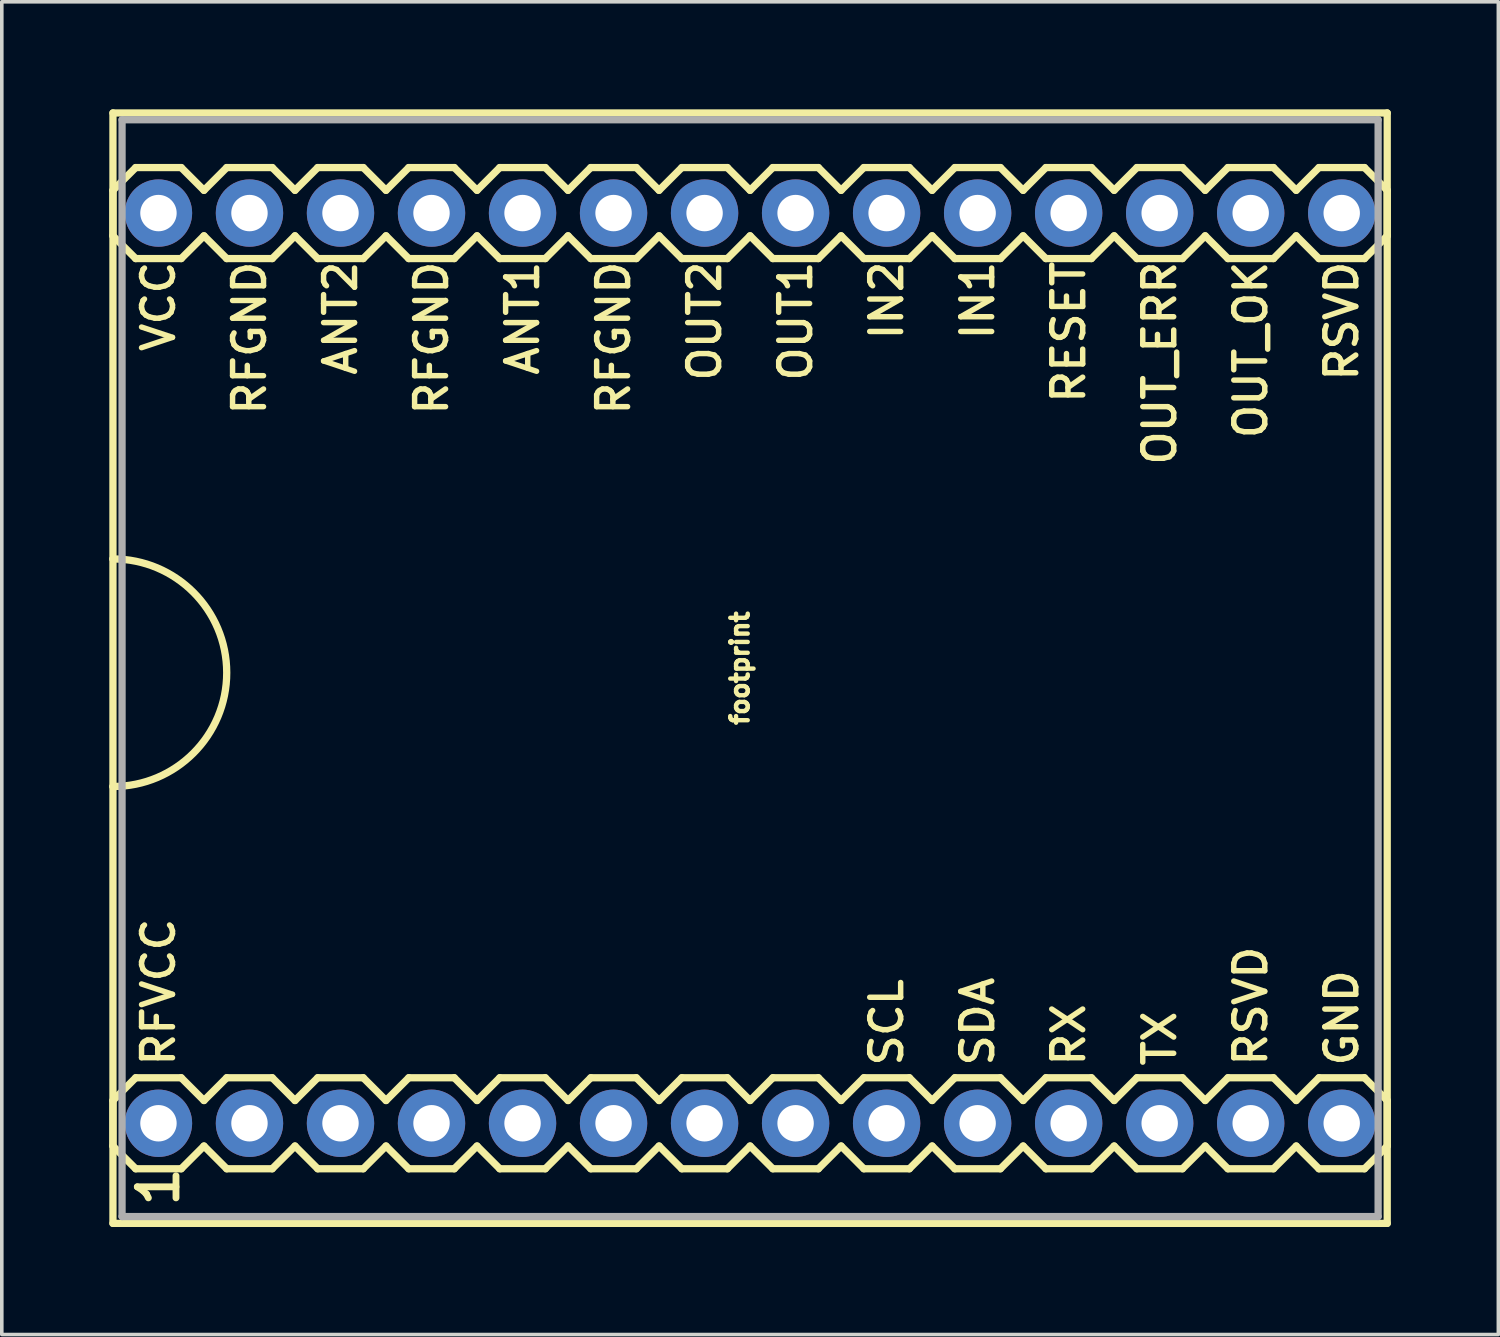
<source format=kicad_pcb>
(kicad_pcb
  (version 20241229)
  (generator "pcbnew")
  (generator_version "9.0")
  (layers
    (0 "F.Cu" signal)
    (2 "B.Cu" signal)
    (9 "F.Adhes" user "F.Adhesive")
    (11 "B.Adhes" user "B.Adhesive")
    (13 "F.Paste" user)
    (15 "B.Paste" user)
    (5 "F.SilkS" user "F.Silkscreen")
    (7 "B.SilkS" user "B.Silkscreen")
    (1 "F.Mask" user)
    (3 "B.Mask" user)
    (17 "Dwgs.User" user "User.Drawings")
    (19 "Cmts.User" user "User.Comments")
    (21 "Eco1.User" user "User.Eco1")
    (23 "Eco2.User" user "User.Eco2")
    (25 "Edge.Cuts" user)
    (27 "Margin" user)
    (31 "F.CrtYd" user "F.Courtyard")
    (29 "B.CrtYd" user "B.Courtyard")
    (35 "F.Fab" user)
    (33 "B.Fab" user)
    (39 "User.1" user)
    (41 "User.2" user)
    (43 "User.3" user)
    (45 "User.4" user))
  (footprint "footprint"
    (layer "F.Cu")
    (at 19.152 15.596)
    (property "Reference" "footprint" (at -1.27 0 90) (layer "F.SilkS") (effects (font (size 0.488 0.488) (thickness 0.122)) (justify bottom)))
    (fp_line (start -19.05 -15.494) (end 16.51 -15.494) (stroke (width 0.203) (type solid)) (layer "F.SilkS"))
    (fp_line (start -19.05 -13.335) (end -18.415 -13.97) (stroke (width 0.203) (type solid)) (layer "F.SilkS"))
    (fp_line (start -19.05 -12.065) (end -19.05 -13.335) (stroke (width 0.203) (type solid)) (layer "F.SilkS"))
    (fp_line (start -19.05 -3.048) (end -19.05 -15.494) (stroke (width 0.203) (type solid)) (layer "F.SilkS"))
    (fp_line (start -19.05 3.302) (end -19.05 -3.048) (stroke (width 0.203) (type solid)) (layer "F.SilkS"))
    (fp_line (start -19.05 12.065) (end -19.05 13.335) (stroke (width 0.203) (type solid)) (layer "F.SilkS"))
    (fp_line (start -19.05 13.335) (end -18.415 13.97) (stroke (width 0.203) (type solid)) (layer "F.SilkS"))
    (fp_line (start -19.05 15.494) (end -19.05 3.302) (stroke (width 0.203) (type solid)) (layer "F.SilkS"))
    (fp_line (start -18.415 -13.97) (end -17.145 -13.97) (stroke (width 0.203) (type solid)) (layer "F.SilkS"))
    (fp_line (start -18.415 -11.43) (end -19.05 -12.065) (stroke (width 0.203) (type solid)) (layer "F.SilkS"))
    (fp_line (start -18.415 11.43) (end -19.05 12.065) (stroke (width 0.203) (type solid)) (layer "F.SilkS"))
    (fp_line (start -18.415 11.43) (end -17.145 11.43) (stroke (width 0.203) (type solid)) (layer "F.SilkS"))
    (fp_line (start -17.145 -11.43) (end -18.415 -11.43) (stroke (width 0.203) (type solid)) (layer "F.SilkS"))
    (fp_line (start -17.145 -11.43) (end -16.51 -12.065) (stroke (width 0.203) (type solid)) (layer "F.SilkS"))
    (fp_line (start -17.145 11.43) (end -16.51 12.065) (stroke (width 0.203) (type solid)) (layer "F.SilkS"))
    (fp_line (start -17.145 13.97) (end -18.415 13.97) (stroke (width 0.203) (type solid)) (layer "F.SilkS"))
    (fp_line (start -16.51 -13.335) (end -17.145 -13.97) (stroke (width 0.203) (type solid)) (layer "F.SilkS"))
    (fp_line (start -16.51 -13.335) (end -15.875 -13.97) (stroke (width 0.203) (type solid)) (layer "F.SilkS"))
    (fp_line (start -16.51 12.065) (end -15.875 11.43) (stroke (width 0.203) (type solid)) (layer "F.SilkS"))
    (fp_line (start -16.51 13.335) (end -17.145 13.97) (stroke (width 0.203) (type solid)) (layer "F.SilkS"))
    (fp_line (start -15.875 -13.97) (end -14.605 -13.97) (stroke (width 0.203) (type solid)) (layer "F.SilkS"))
    (fp_line (start -15.875 -11.43) (end -16.51 -12.065) (stroke (width 0.203) (type solid)) (layer "F.SilkS"))
    (fp_line (start -15.875 11.43) (end -14.605 11.43) (stroke (width 0.203) (type solid)) (layer "F.SilkS"))
    (fp_line (start -15.875 13.97) (end -16.51 13.335) (stroke (width 0.203) (type solid)) (layer "F.SilkS"))
    (fp_line (start -14.605 -11.43) (end -15.875 -11.43) (stroke (width 0.203) (type solid)) (layer "F.SilkS"))
    (fp_line (start -14.605 -11.43) (end -13.97 -12.065) (stroke (width 0.203) (type solid)) (layer "F.SilkS"))
    (fp_line (start -14.605 11.43) (end -13.97 12.065) (stroke (width 0.203) (type solid)) (layer "F.SilkS"))
    (fp_line (start -14.605 13.97) (end -15.875 13.97) (stroke (width 0.203) (type solid)) (layer "F.SilkS"))
    (fp_line (start -13.97 -13.335) (end -14.605 -13.97) (stroke (width 0.203) (type solid)) (layer "F.SilkS"))
    (fp_line (start -13.97 -13.335) (end -13.335 -13.97) (stroke (width 0.203) (type solid)) (layer "F.SilkS"))
    (fp_line (start -13.97 12.065) (end -13.335 11.43) (stroke (width 0.203) (type solid)) (layer "F.SilkS"))
    (fp_line (start -13.97 13.335) (end -14.605 13.97) (stroke (width 0.203) (type solid)) (layer "F.SilkS"))
    (fp_line (start -13.335 -13.97) (end -12.065 -13.97) (stroke (width 0.203) (type solid)) (layer "F.SilkS"))
    (fp_line (start -13.335 -11.43) (end -13.97 -12.065) (stroke (width 0.203) (type solid)) (layer "F.SilkS"))
    (fp_line (start -13.335 11.43) (end -12.065 11.43) (stroke (width 0.203) (type solid)) (layer "F.SilkS"))
    (fp_line (start -13.335 13.97) (end -13.97 13.335) (stroke (width 0.203) (type solid)) (layer "F.SilkS"))
    (fp_line (start -12.065 -13.97) (end -11.43 -13.335) (stroke (width 0.203) (type solid)) (layer "F.SilkS"))
    (fp_line (start -12.065 -11.43) (end -13.335 -11.43) (stroke (width 0.203) (type solid)) (layer "F.SilkS"))
    (fp_line (start -12.065 11.43) (end -11.43 12.065) (stroke (width 0.203) (type solid)) (layer "F.SilkS"))
    (fp_line (start -12.065 13.97) (end -13.335 13.97) (stroke (width 0.203) (type solid)) (layer "F.SilkS"))
    (fp_line (start -11.43 -13.335) (end -10.795 -13.97) (stroke (width 0.203) (type solid)) (layer "F.SilkS"))
    (fp_line (start -11.43 -12.065) (end -12.065 -11.43) (stroke (width 0.203) (type solid)) (layer "F.SilkS"))
    (fp_line (start -11.43 13.335) (end -12.065 13.97) (stroke (width 0.203) (type solid)) (layer "F.SilkS"))
    (fp_line (start -11.43 13.335) (end -10.795 13.97) (stroke (width 0.203) (type solid)) (layer "F.SilkS"))
    (fp_line (start -10.795 -13.97) (end -9.525 -13.97) (stroke (width 0.203) (type solid)) (layer "F.SilkS"))
    (fp_line (start -10.795 -11.43) (end -11.43 -12.065) (stroke (width 0.203) (type solid)) (layer "F.SilkS"))
    (fp_line (start -10.795 11.43) (end -11.43 12.065) (stroke (width 0.203) (type solid)) (layer "F.SilkS"))
    (fp_line (start -10.795 11.43) (end -9.525 11.43) (stroke (width 0.203) (type solid)) (layer "F.SilkS"))
    (fp_line (start -9.525 -13.97) (end -8.89 -13.335) (stroke (width 0.203) (type solid)) (layer "F.SilkS"))
    (fp_line (start -9.525 -11.43) (end -10.795 -11.43) (stroke (width 0.203) (type solid)) (layer "F.SilkS"))
    (fp_line (start -9.525 11.43) (end -8.89 12.065) (stroke (width 0.203) (type solid)) (layer "F.SilkS"))
    (fp_line (start -9.525 13.97) (end -10.795 13.97) (stroke (width 0.203) (type solid)) (layer "F.SilkS"))
    (fp_line (start -8.89 -13.335) (end -8.255 -13.97) (stroke (width 0.203) (type solid)) (layer "F.SilkS"))
    (fp_line (start -8.89 -12.065) (end -9.525 -11.43) (stroke (width 0.203) (type solid)) (layer "F.SilkS"))
    (fp_line (start -8.89 12.065) (end -8.255 11.43) (stroke (width 0.203) (type solid)) (layer "F.SilkS"))
    (fp_line (start -8.89 13.335) (end -9.525 13.97) (stroke (width 0.203) (type solid)) (layer "F.SilkS"))
    (fp_line (start -8.255 -13.97) (end -6.985 -13.97) (stroke (width 0.203) (type solid)) (layer "F.SilkS"))
    (fp_line (start -8.255 -11.43) (end -8.89 -12.065) (stroke (width 0.203) (type solid)) (layer "F.SilkS"))
    (fp_line (start -8.255 11.43) (end -6.985 11.43) (stroke (width 0.203) (type solid)) (layer "F.SilkS"))
    (fp_line (start -8.255 13.97) (end -8.89 13.335) (stroke (width 0.203) (type solid)) (layer "F.SilkS"))
    (fp_line (start -6.985 -11.43) (end -8.255 -11.43) (stroke (width 0.203) (type solid)) (layer "F.SilkS"))
    (fp_line (start -6.985 -11.43) (end -6.35 -12.065) (stroke (width 0.203) (type solid)) (layer "F.SilkS"))
    (fp_line (start -6.985 11.43) (end -6.35 12.065) (stroke (width 0.203) (type solid)) (layer "F.SilkS"))
    (fp_line (start -6.985 13.97) (end -8.255 13.97) (stroke (width 0.203) (type solid)) (layer "F.SilkS"))
    (fp_line (start -6.35 -13.335) (end -6.985 -13.97) (stroke (width 0.203) (type solid)) (layer "F.SilkS"))
    (fp_line (start -6.35 -13.335) (end -5.715 -13.97) (stroke (width 0.203) (type solid)) (layer "F.SilkS"))
    (fp_line (start -6.35 12.065) (end -5.715 11.43) (stroke (width 0.203) (type solid)) (layer "F.SilkS"))
    (fp_line (start -6.35 13.335) (end -6.985 13.97) (stroke (width 0.203) (type solid)) (layer "F.SilkS"))
    (fp_line (start -5.715 -13.97) (end -4.445 -13.97) (stroke (width 0.203) (type solid)) (layer "F.SilkS"))
    (fp_line (start -5.715 -11.43) (end -6.35 -12.065) (stroke (width 0.203) (type solid)) (layer "F.SilkS"))
    (fp_line (start -5.715 11.43) (end -4.445 11.43) (stroke (width 0.203) (type solid)) (layer "F.SilkS"))
    (fp_line (start -5.715 13.97) (end -6.35 13.335) (stroke (width 0.203) (type solid)) (layer "F.SilkS"))
    (fp_line (start -4.445 -13.97) (end -3.81 -13.335) (stroke (width 0.203) (type solid)) (layer "F.SilkS"))
    (fp_line (start -4.445 -11.43) (end -5.715 -11.43) (stroke (width 0.203) (type solid)) (layer "F.SilkS"))
    (fp_line (start -4.445 11.43) (end -3.81 12.065) (stroke (width 0.203) (type solid)) (layer "F.SilkS"))
    (fp_line (start -4.445 13.97) (end -5.715 13.97) (stroke (width 0.203) (type solid)) (layer "F.SilkS"))
    (fp_line (start -3.81 -13.335) (end -3.175 -13.97) (stroke (width 0.203) (type solid)) (layer "F.SilkS"))
    (fp_line (start -3.81 -12.065) (end -4.445 -11.43) (stroke (width 0.203) (type solid)) (layer "F.SilkS"))
    (fp_line (start -3.81 13.335) (end -4.445 13.97) (stroke (width 0.203) (type solid)) (layer "F.SilkS"))
    (fp_line (start -3.81 13.335) (end -3.175 13.97) (stroke (width 0.203) (type solid)) (layer "F.SilkS"))
    (fp_line (start -3.175 -13.97) (end -1.905 -13.97) (stroke (width 0.203) (type solid)) (layer "F.SilkS"))
    (fp_line (start -3.175 -11.43) (end -3.81 -12.065) (stroke (width 0.203) (type solid)) (layer "F.SilkS"))
    (fp_line (start -3.175 11.43) (end -3.81 12.065) (stroke (width 0.203) (type solid)) (layer "F.SilkS"))
    (fp_line (start -3.175 11.43) (end -1.905 11.43) (stroke (width 0.203) (type solid)) (layer "F.SilkS"))
    (fp_line (start -1.905 -13.97) (end -1.27 -13.335) (stroke (width 0.203) (type solid)) (layer "F.SilkS"))
    (fp_line (start -1.905 -11.43) (end -3.175 -11.43) (stroke (width 0.203) (type solid)) (layer "F.SilkS"))
    (fp_line (start -1.905 11.43) (end -1.27 12.065) (stroke (width 0.203) (type solid)) (layer "F.SilkS"))
    (fp_line (start -1.905 13.97) (end -3.175 13.97) (stroke (width 0.203) (type solid)) (layer "F.SilkS"))
    (fp_line (start -1.27 -13.335) (end -0.635 -13.97) (stroke (width 0.203) (type solid)) (layer "F.SilkS"))
    (fp_line (start -1.27 -12.065) (end -1.905 -11.43) (stroke (width 0.203) (type solid)) (layer "F.SilkS"))
    (fp_line (start -1.27 13.335) (end -1.905 13.97) (stroke (width 0.203) (type solid)) (layer "F.SilkS"))
    (fp_line (start -1.27 13.335) (end -0.635 13.97) (stroke (width 0.203) (type solid)) (layer "F.SilkS"))
    (fp_line (start -0.635 -13.97) (end 0.635 -13.97) (stroke (width 0.203) (type solid)) (layer "F.SilkS"))
    (fp_line (start -0.635 -11.43) (end -1.27 -12.065) (stroke (width 0.203) (type solid)) (layer "F.SilkS"))
    (fp_line (start -0.635 11.43) (end -1.27 12.065) (stroke (width 0.203) (type solid)) (layer "F.SilkS"))
    (fp_line (start -0.635 11.43) (end 0.635 11.43) (stroke (width 0.203) (type solid)) (layer "F.SilkS"))
    (fp_line (start 0.635 -11.43) (end -0.635 -11.43) (stroke (width 0.203) (type solid)) (layer "F.SilkS"))
    (fp_line (start 0.635 -11.43) (end 1.27 -12.065) (stroke (width 0.203) (type solid)) (layer "F.SilkS"))
    (fp_line (start 0.635 11.43) (end 1.27 12.065) (stroke (width 0.203) (type solid)) (layer "F.SilkS"))
    (fp_line (start 0.635 13.97) (end -0.635 13.97) (stroke (width 0.203) (type solid)) (layer "F.SilkS"))
    (fp_line (start 1.27 -13.335) (end 0.635 -13.97) (stroke (width 0.203) (type solid)) (layer "F.SilkS"))
    (fp_line (start 1.27 -13.335) (end 1.905 -13.97) (stroke (width 0.203) (type solid)) (layer "F.SilkS"))
    (fp_line (start 1.27 12.065) (end 1.905 11.43) (stroke (width 0.203) (type solid)) (layer "F.SilkS"))
    (fp_line (start 1.27 13.335) (end 0.635 13.97) (stroke (width 0.203) (type solid)) (layer "F.SilkS"))
    (fp_line (start 1.905 -13.97) (end 3.175 -13.97) (stroke (width 0.203) (type solid)) (layer "F.SilkS"))
    (fp_line (start 1.905 -11.43) (end 1.27 -12.065) (stroke (width 0.203) (type solid)) (layer "F.SilkS"))
    (fp_line (start 1.905 11.43) (end 3.175 11.43) (stroke (width 0.203) (type solid)) (layer "F.SilkS"))
    (fp_line (start 1.905 13.97) (end 1.27 13.335) (stroke (width 0.203) (type solid)) (layer "F.SilkS"))
    (fp_line (start 3.175 -11.43) (end 1.905 -11.43) (stroke (width 0.203) (type solid)) (layer "F.SilkS"))
    (fp_line (start 3.175 -11.43) (end 3.81 -12.065) (stroke (width 0.203) (type solid)) (layer "F.SilkS"))
    (fp_line (start 3.175 11.43) (end 3.81 12.065) (stroke (width 0.203) (type solid)) (layer "F.SilkS"))
    (fp_line (start 3.175 13.97) (end 1.905 13.97) (stroke (width 0.203) (type solid)) (layer "F.SilkS"))
    (fp_line (start 3.81 -13.335) (end 3.175 -13.97) (stroke (width 0.203) (type solid)) (layer "F.SilkS"))
    (fp_line (start 3.81 -13.335) (end 4.445 -13.97) (stroke (width 0.203) (type solid)) (layer "F.SilkS"))
    (fp_line (start 3.81 12.065) (end 4.445 11.43) (stroke (width 0.203) (type solid)) (layer "F.SilkS"))
    (fp_line (start 3.81 13.335) (end 3.175 13.97) (stroke (width 0.203) (type solid)) (layer "F.SilkS"))
    (fp_line (start 4.445 -13.97) (end 5.715 -13.97) (stroke (width 0.203) (type solid)) (layer "F.SilkS"))
    (fp_line (start 4.445 -11.43) (end 3.81 -12.065) (stroke (width 0.203) (type solid)) (layer "F.SilkS"))
    (fp_line (start 4.445 11.43) (end 5.715 11.43) (stroke (width 0.203) (type solid)) (layer "F.SilkS"))
    (fp_line (start 4.445 13.97) (end 3.81 13.335) (stroke (width 0.203) (type solid)) (layer "F.SilkS"))
    (fp_line (start 5.715 -13.97) (end 6.35 -13.335) (stroke (width 0.203) (type solid)) (layer "F.SilkS"))
    (fp_line (start 5.715 -11.43) (end 4.445 -11.43) (stroke (width 0.203) (type solid)) (layer "F.SilkS"))
    (fp_line (start 5.715 11.43) (end 6.35 12.065) (stroke (width 0.203) (type solid)) (layer "F.SilkS"))
    (fp_line (start 5.715 13.97) (end 4.445 13.97) (stroke (width 0.203) (type solid)) (layer "F.SilkS"))
    (fp_line (start 6.35 -13.335) (end 6.985 -13.97) (stroke (width 0.203) (type solid)) (layer "F.SilkS"))
    (fp_line (start 6.35 -12.065) (end 5.715 -11.43) (stroke (width 0.203) (type solid)) (layer "F.SilkS"))
    (fp_line (start 6.35 13.335) (end 5.715 13.97) (stroke (width 0.203) (type solid)) (layer "F.SilkS"))
    (fp_line (start 6.35 13.335) (end 6.985 13.97) (stroke (width 0.203) (type solid)) (layer "F.SilkS"))
    (fp_line (start 6.985 -13.97) (end 8.255 -13.97) (stroke (width 0.203) (type solid)) (layer "F.SilkS"))
    (fp_line (start 6.985 -11.43) (end 6.35 -12.065) (stroke (width 0.203) (type solid)) (layer "F.SilkS"))
    (fp_line (start 6.985 11.43) (end 6.35 12.065) (stroke (width 0.203) (type solid)) (layer "F.SilkS"))
    (fp_line (start 6.985 11.43) (end 8.255 11.43) (stroke (width 0.203) (type solid)) (layer "F.SilkS"))
    (fp_line (start 8.255 -13.97) (end 8.89 -13.335) (stroke (width 0.203) (type solid)) (layer "F.SilkS"))
    (fp_line (start 8.255 -11.43) (end 6.985 -11.43) (stroke (width 0.203) (type solid)) (layer "F.SilkS"))
    (fp_line (start 8.255 11.43) (end 8.89 12.065) (stroke (width 0.203) (type solid)) (layer "F.SilkS"))
    (fp_line (start 8.255 13.97) (end 6.985 13.97) (stroke (width 0.203) (type solid)) (layer "F.SilkS"))
    (fp_line (start 8.89 -13.335) (end 9.525 -13.97) (stroke (width 0.203) (type solid)) (layer "F.SilkS"))
    (fp_line (start 8.89 -12.065) (end 8.255 -11.43) (stroke (width 0.203) (type solid)) (layer "F.SilkS"))
    (fp_line (start 8.89 12.065) (end 9.525 11.43) (stroke (width 0.203) (type solid)) (layer "F.SilkS"))
    (fp_line (start 8.89 13.335) (end 8.255 13.97) (stroke (width 0.203) (type solid)) (layer "F.SilkS"))
    (fp_line (start 9.525 -13.97) (end 10.795 -13.97) (stroke (width 0.203) (type solid)) (layer "F.SilkS"))
    (fp_line (start 9.525 -11.43) (end 8.89 -12.065) (stroke (width 0.203) (type solid)) (layer "F.SilkS"))
    (fp_line (start 9.525 11.43) (end 10.795 11.43) (stroke (width 0.203) (type solid)) (layer "F.SilkS"))
    (fp_line (start 9.525 13.97) (end 8.89 13.335) (stroke (width 0.203) (type solid)) (layer "F.SilkS"))
    (fp_line (start 10.795 -11.43) (end 9.525 -11.43) (stroke (width 0.203) (type solid)) (layer "F.SilkS"))
    (fp_line (start 10.795 -11.43) (end 11.43 -12.065) (stroke (width 0.203) (type solid)) (layer "F.SilkS"))
    (fp_line (start 10.795 11.43) (end 11.43 12.065) (stroke (width 0.203) (type solid)) (layer "F.SilkS"))
    (fp_line (start 10.795 13.97) (end 9.525 13.97) (stroke (width 0.203) (type solid)) (layer "F.SilkS"))
    (fp_line (start 11.43 -13.335) (end 10.795 -13.97) (stroke (width 0.203) (type solid)) (layer "F.SilkS"))
    (fp_line (start 11.43 -13.335) (end 12.065 -13.97) (stroke (width 0.203) (type solid)) (layer "F.SilkS"))
    (fp_line (start 11.43 12.065) (end 12.065 11.43) (stroke (width 0.203) (type solid)) (layer "F.SilkS"))
    (fp_line (start 11.43 13.335) (end 10.795 13.97) (stroke (width 0.203) (type solid)) (layer "F.SilkS"))
    (fp_line (start 12.065 -13.97) (end 13.335 -13.97) (stroke (width 0.203) (type solid)) (layer "F.SilkS"))
    (fp_line (start 12.065 -11.43) (end 11.43 -12.065) (stroke (width 0.203) (type solid)) (layer "F.SilkS"))
    (fp_line (start 12.065 11.43) (end 13.335 11.43) (stroke (width 0.203) (type solid)) (layer "F.SilkS"))
    (fp_line (start 12.065 13.97) (end 11.43 13.335) (stroke (width 0.203) (type solid)) (layer "F.SilkS"))
    (fp_line (start 13.335 -13.97) (end 13.97 -13.335) (stroke (width 0.203) (type solid)) (layer "F.SilkS"))
    (fp_line (start 13.335 -11.43) (end 12.065 -11.43) (stroke (width 0.203) (type solid)) (layer "F.SilkS"))
    (fp_line (start 13.335 11.43) (end 13.97 12.065) (stroke (width 0.203) (type solid)) (layer "F.SilkS"))
    (fp_line (start 13.335 13.97) (end 12.065 13.97) (stroke (width 0.203) (type solid)) (layer "F.SilkS"))
    (fp_line (start 13.97 -13.335) (end 14.605 -13.97) (stroke (width 0.203) (type solid)) (layer "F.SilkS"))
    (fp_line (start 13.97 -12.065) (end 13.335 -11.43) (stroke (width 0.203) (type solid)) (layer "F.SilkS"))
    (fp_line (start 13.97 13.335) (end 13.335 13.97) (stroke (width 0.203) (type solid)) (layer "F.SilkS"))
    (fp_line (start 13.97 13.335) (end 14.605 13.97) (stroke (width 0.203) (type solid)) (layer "F.SilkS"))
    (fp_line (start 14.605 -13.97) (end 15.875 -13.97) (stroke (width 0.203) (type solid)) (layer "F.SilkS"))
    (fp_line (start 14.605 -11.43) (end 13.97 -12.065) (stroke (width 0.203) (type solid)) (layer "F.SilkS"))
    (fp_line (start 14.605 11.43) (end 13.97 12.065) (stroke (width 0.203) (type solid)) (layer "F.SilkS"))
    (fp_line (start 14.605 11.43) (end 15.875 11.43) (stroke (width 0.203) (type solid)) (layer "F.SilkS"))
    (fp_line (start 15.875 -13.97) (end 16.51 -13.335) (stroke (width 0.203) (type solid)) (layer "F.SilkS"))
    (fp_line (start 15.875 -11.43) (end 14.605 -11.43) (stroke (width 0.203) (type solid)) (layer "F.SilkS"))
    (fp_line (start 15.875 11.43) (end 16.51 12.065) (stroke (width 0.203) (type solid)) (layer "F.SilkS"))
    (fp_line (start 15.875 13.97) (end 14.605 13.97) (stroke (width 0.203) (type solid)) (layer "F.SilkS"))
    (fp_line (start 16.51 -15.494) (end 16.51 15.494) (stroke (width 0.203) (type solid)) (layer "F.SilkS"))
    (fp_line (start 16.51 -12.065) (end 15.875 -11.43) (stroke (width 0.203) (type solid)) (layer "F.SilkS"))
    (fp_line (start 16.51 -12.065) (end 16.51 -13.335) (stroke (width 0.203) (type solid)) (layer "F.SilkS"))
    (fp_line (start 16.51 13.335) (end 15.875 13.97) (stroke (width 0.203) (type solid)) (layer "F.SilkS"))
    (fp_line (start 16.51 13.335) (end 16.51 12.065) (stroke (width 0.203) (type solid)) (layer "F.SilkS"))
    (fp_line (start 16.51 15.494) (end -19.05 15.494) (stroke (width 0.203) (type solid)) (layer "F.SilkS"))
    (fp_arc (start -19.05 -3.048) (mid -15.875 0.127) (end -19.05 3.302) (stroke (width 0.2032) (type solid)) (layer "F.SilkS"))
    (fp_line (start -18.796 -15.303) (end -18.796 15.303) (stroke (width 0.203) (type solid)) (layer "F.Fab"))
    (fp_line (start -18.796 15.303) (end 16.256 15.303) (stroke (width 0.203) (type solid)) (layer "F.Fab"))
    (fp_line (start 16.256 -15.303) (end -18.796 -15.303) (stroke (width 0.203) (type solid)) (layer "F.Fab"))
    (fp_line (start 16.256 15.303) (end 16.256 -15.303) (stroke (width 0.203) (type solid)) (layer "F.Fab"))
    (fp_poly (pts (xy -18.034 12.954) (xy -17.526 12.954) (xy -17.526 12.446) (xy -18.034 12.446)) (stroke (width 0.1) (type solid)) (fill no) (layer "F.Fab"))
    (fp_poly (pts (xy -17.526 -12.954) (xy -18.034 -12.954) (xy -18.034 -12.446) (xy -17.526 -12.446)) (stroke (width 0.1) (type solid)) (fill no) (layer "F.Fab"))
    (fp_poly (pts (xy -15.494 12.954) (xy -14.986 12.954) (xy -14.986 12.446) (xy -15.494 12.446)) (stroke (width 0.1) (type solid)) (fill no) (layer "F.Fab"))
    (fp_poly (pts (xy -14.986 -12.954) (xy -15.494 -12.954) (xy -15.494 -12.446) (xy -14.986 -12.446)) (stroke (width 0.1) (type solid)) (fill no) (layer "F.Fab"))
    (fp_poly (pts (xy -12.954 12.954) (xy -12.446 12.954) (xy -12.446 12.446) (xy -12.954 12.446)) (stroke (width 0.1) (type solid)) (fill no) (layer "F.Fab"))
    (fp_poly (pts (xy -12.446 -12.954) (xy -12.954 -12.954) (xy -12.954 -12.446) (xy -12.446 -12.446)) (stroke (width 0.1) (type solid)) (fill no) (layer "F.Fab"))
    (fp_poly (pts (xy -10.414 12.954) (xy -9.906 12.954) (xy -9.906 12.446) (xy -10.414 12.446)) (stroke (width 0.1) (type solid)) (fill no) (layer "F.Fab"))
    (fp_poly (pts (xy -9.906 -12.954) (xy -10.414 -12.954) (xy -10.414 -12.446) (xy -9.906 -12.446)) (stroke (width 0.1) (type solid)) (fill no) (layer "F.Fab"))
    (fp_poly (pts (xy -7.874 12.954) (xy -7.366 12.954) (xy -7.366 12.446) (xy -7.874 12.446)) (stroke (width 0.1) (type solid)) (fill no) (layer "F.Fab"))
    (fp_poly (pts (xy -7.366 -12.954) (xy -7.874 -12.954) (xy -7.874 -12.446) (xy -7.366 -12.446)) (stroke (width 0.1) (type solid)) (fill no) (layer "F.Fab"))
    (fp_poly (pts (xy -5.334 12.954) (xy -4.826 12.954) (xy -4.826 12.446) (xy -5.334 12.446)) (stroke (width 0.1) (type solid)) (fill no) (layer "F.Fab"))
    (fp_poly (pts (xy -4.826 -12.954) (xy -5.334 -12.954) (xy -5.334 -12.446) (xy -4.826 -12.446)) (stroke (width 0.1) (type solid)) (fill no) (layer "F.Fab"))
    (fp_poly (pts (xy -2.794 12.954) (xy -2.286 12.954) (xy -2.286 12.446) (xy -2.794 12.446)) (stroke (width 0.1) (type solid)) (fill no) (layer "F.Fab"))
    (fp_poly (pts (xy -2.286 -12.954) (xy -2.794 -12.954) (xy -2.794 -12.446) (xy -2.286 -12.446)) (stroke (width 0.1) (type solid)) (fill no) (layer "F.Fab"))
    (fp_poly (pts (xy -0.254 12.954) (xy 0.254 12.954) (xy 0.254 12.446) (xy -0.254 12.446)) (stroke (width 0.1) (type solid)) (fill no) (layer "F.Fab"))
    (fp_poly (pts (xy 0.254 -12.954) (xy -0.254 -12.954) (xy -0.254 -12.446) (xy 0.254 -12.446)) (stroke (width 0.1) (type solid)) (fill no) (layer "F.Fab"))
    (fp_poly (pts (xy 2.286 12.954) (xy 2.794 12.954) (xy 2.794 12.446) (xy 2.286 12.446)) (stroke (width 0.1) (type solid)) (fill no) (layer "F.Fab"))
    (fp_poly (pts (xy 2.794 -12.954) (xy 2.286 -12.954) (xy 2.286 -12.446) (xy 2.794 -12.446)) (stroke (width 0.1) (type solid)) (fill no) (layer "F.Fab"))
    (fp_poly (pts (xy 4.826 12.954) (xy 5.334 12.954) (xy 5.334 12.446) (xy 4.826 12.446)) (stroke (width 0.1) (type solid)) (fill no) (layer "F.Fab"))
    (fp_poly (pts (xy 5.334 -12.954) (xy 4.826 -12.954) (xy 4.826 -12.446) (xy 5.334 -12.446)) (stroke (width 0.1) (type solid)) (fill no) (layer "F.Fab"))
    (fp_poly (pts (xy 7.366 12.954) (xy 7.874 12.954) (xy 7.874 12.446) (xy 7.366 12.446)) (stroke (width 0.1) (type solid)) (fill no) (layer "F.Fab"))
    (fp_poly (pts (xy 7.874 -12.954) (xy 7.366 -12.954) (xy 7.366 -12.446) (xy 7.874 -12.446)) (stroke (width 0.1) (type solid)) (fill no) (layer "F.Fab"))
    (fp_poly (pts (xy 9.906 12.954) (xy 10.414 12.954) (xy 10.414 12.446) (xy 9.906 12.446)) (stroke (width 0.1) (type solid)) (fill no) (layer "F.Fab"))
    (fp_poly (pts (xy 10.414 -12.954) (xy 9.906 -12.954) (xy 9.906 -12.446) (xy 10.414 -12.446)) (stroke (width 0.1) (type solid)) (fill no) (layer "F.Fab"))
    (fp_poly (pts (xy 12.446 12.954) (xy 12.954 12.954) (xy 12.954 12.446) (xy 12.446 12.446)) (stroke (width 0.1) (type solid)) (fill no) (layer "F.Fab"))
    (fp_poly (pts (xy 12.954 -12.954) (xy 12.446 -12.954) (xy 12.446 -12.446) (xy 12.954 -12.446)) (stroke (width 0.1) (type solid)) (fill no) (layer "F.Fab"))
    (fp_poly (pts (xy 14.986 -12.446) (xy 15.494 -12.446) (xy 15.494 -12.954) (xy 14.986 -12.954)) (stroke (width 0.1) (type solid)) (fill no) (layer "F.Fab"))
    (fp_poly (pts (xy 14.986 12.954) (xy 15.494 12.954) (xy 15.494 12.446) (xy 14.986 12.446)) (stroke (width 0.1) (type solid)) (fill no) (layer "F.Fab"))
    (fp_text user "VCC" (at -17.78 -11.43 90) (layer "F.SilkS") (effects (font (size 0.864 0.864) (thickness 0.152)) (justify right)))
    (fp_text user "RFGND" (at -5.08 -11.43 90) (layer "F.SilkS") (effects (font (size 0.864 0.864) (thickness 0.152)) (justify right)))
    (fp_text user "SDA" (at 5.08 11.176 90) (layer "F.SilkS") (effects (font (size 0.864 0.864) (thickness 0.152)) (justify left)))
    (fp_text user "IN2" (at 2.54 -11.43 90) (layer "F.SilkS") (effects (font (size 0.864 0.864) (thickness 0.152)) (justify right)))
    (fp_text user "OUT2" (at -2.54 -11.43 90) (layer "F.SilkS") (effects (font (size 0.864 0.864) (thickness 0.152)) (justify right)))
    (fp_text user "RFGND" (at -10.16 -11.43 90) (layer "F.SilkS") (effects (font (size 0.864 0.864) (thickness 0.152)) (justify right)))
    (fp_text user "RFVCC" (at -17.78 11.176 90) (layer "F.SilkS") (effects (font (size 0.864 0.864) (thickness 0.152)) (justify left)))
    (fp_text user "1" (at -17.78 15.113 90) (layer "F.SilkS") (effects (font (size 1.079 1.079) (thickness 0.191)) (justify left)))
    (fp_text user "RSVD" (at 15.24 -11.43 90) (layer "F.SilkS") (effects (font (size 0.864 0.864) (thickness 0.152)) (justify right)))
    (fp_text user "TX" (at 10.16 11.176 90) (layer "F.SilkS") (effects (font (size 0.864 0.864) (thickness 0.152)) (justify left)))
    (fp_text user "GND" (at 15.24 11.176 90) (layer "F.SilkS") (effects (font (size 0.864 0.864) (thickness 0.152)) (justify left)))
    (fp_text user "RESET" (at 7.62 -11.43 90) (layer "F.SilkS") (effects (font (size 0.864 0.864) (thickness 0.152)) (justify right)))
    (fp_text user "OUT_OK" (at 12.7 -11.43 90) (layer "F.SilkS") (effects (font (size 0.864 0.864) (thickness 0.152)) (justify right)))
    (fp_text user "RSVD" (at 12.7 11.176 90) (layer "F.SilkS") (effects (font (size 0.864 0.864) (thickness 0.152)) (justify left)))
    (fp_text user "IN1" (at 5.08 -11.43 90) (layer "F.SilkS") (effects (font (size 0.864 0.864) (thickness 0.152)) (justify right)))
    (fp_text user "RFGND" (at -15.24 -11.43 90) (layer "F.SilkS") (effects (font (size 0.864 0.864) (thickness 0.152)) (justify right)))
    (fp_text user "SCL" (at 2.54 11.176 90) (layer "F.SilkS") (effects (font (size 0.864 0.864) (thickness 0.152)) (justify left)))
    (fp_text user "RX" (at 7.62 11.176 90) (layer "F.SilkS") (effects (font (size 0.864 0.864) (thickness 0.152)) (justify left)))
    (fp_text user "OUT1" (at 0 -11.43 90) (layer "F.SilkS") (effects (font (size 0.864 0.864) (thickness 0.152)) (justify right)))
    (fp_text user "ANT1" (at -7.62 -11.43 90) (layer "F.SilkS") (effects (font (size 0.864 0.864) (thickness 0.152)) (justify right)))
    (fp_text user "ANT2" (at -12.7 -11.43 90) (layer "F.SilkS") (effects (font (size 0.864 0.864) (thickness 0.152)) (justify right)))
    (fp_text user "OUT_ERR" (at 10.16 -11.43 90) (layer "F.SilkS") (effects (font (size 0.864 0.864) (thickness 0.152)) (justify right)))
    (pad "1" thru_hole circle (at -17.78 12.7 90) (size 1.88 1.88) (drill 1.016) (layers "*.Cu" "*.Mask"))
    (pad "2" thru_hole circle (at -15.24 12.7 90) (size 1.88 1.88) (drill 1.016) (layers "*.Cu" "*.Mask"))
    (pad "3" thru_hole circle (at -12.7 12.7 90) (size 1.88 1.88) (drill 1.016) (layers "*.Cu" "*.Mask"))
    (pad "4" thru_hole circle (at -10.16 12.7 90) (size 1.88 1.88) (drill 1.016) (layers "*.Cu" "*.Mask"))
    (pad "5" thru_hole circle (at -7.62 12.7 90) (size 1.88 1.88) (drill 1.016) (layers "*.Cu" "*.Mask"))
    (pad "6" thru_hole circle (at -5.08 12.7 90) (size 1.88 1.88) (drill 1.016) (layers "*.Cu" "*.Mask"))
    (pad "7" thru_hole circle (at -2.54 12.7 90) (size 1.88 1.88) (drill 1.016) (layers "*.Cu" "*.Mask"))
    (pad "8" thru_hole circle (at 0 12.7 90) (size 1.88 1.88) (drill 1.016) (layers "*.Cu" "*.Mask"))
    (pad "9" thru_hole circle (at 2.54 12.7 90) (size 1.88 1.88) (drill 1.016) (layers "*.Cu" "*.Mask"))
    (pad "10" thru_hole circle (at 5.08 12.7 90) (size 1.88 1.88) (drill 1.016) (layers "*.Cu" "*.Mask"))
    (pad "11" thru_hole circle (at 7.62 12.7 90) (size 1.88 1.88) (drill 1.016) (layers "*.Cu" "*.Mask"))
    (pad "12" thru_hole circle (at 10.16 12.7 90) (size 1.88 1.88) (drill 1.016) (layers "*.Cu" "*.Mask"))
    (pad "13" thru_hole circle (at 12.7 12.7 90) (size 1.88 1.88) (drill 1.016) (layers "*.Cu" "*.Mask"))
    (pad "14" thru_hole circle (at 15.24 12.7 90) (size 1.88 1.88) (drill 1.016) (layers "*.Cu" "*.Mask"))
    (pad "15" thru_hole circle (at 15.24 -12.7 90) (size 1.88 1.88) (drill 1.016) (layers "*.Cu" "*.Mask"))
    (pad "16" thru_hole circle (at 12.7 -12.7 270) (size 1.88 1.88) (drill 1.016) (layers "*.Cu" "*.Mask"))
    (pad "17" thru_hole circle (at 10.16 -12.7 270) (size 1.88 1.88) (drill 1.016) (layers "*.Cu" "*.Mask"))
    (pad "18" thru_hole circle (at 7.62 -12.7 270) (size 1.88 1.88) (drill 1.016) (layers "*.Cu" "*.Mask"))
    (pad "19" thru_hole circle (at 5.08 -12.7 270) (size 1.88 1.88) (drill 1.016) (layers "*.Cu" "*.Mask"))
    (pad "20" thru_hole circle (at 2.54 -12.7 270) (size 1.88 1.88) (drill 1.016) (layers "*.Cu" "*.Mask"))
    (pad "21" thru_hole circle (at 0 -12.7 270) (size 1.88 1.88) (drill 1.016) (layers "*.Cu" "*.Mask"))
    (pad "22" thru_hole circle (at -2.54 -12.7 270) (size 1.88 1.88) (drill 1.016) (layers "*.Cu" "*.Mask"))
    (pad "23" thru_hole circle (at -5.08 -12.7 270) (size 1.88 1.88) (drill 1.016) (layers "*.Cu" "*.Mask"))
    (pad "24" thru_hole circle (at -7.62 -12.7 270) (size 1.88 1.88) (drill 1.016) (layers "*.Cu" "*.Mask"))
    (pad "25" thru_hole circle (at -10.16 -12.7 270) (size 1.88 1.88) (drill 1.016) (layers "*.Cu" "*.Mask"))
    (pad "26" thru_hole circle (at -12.7 -12.7 270) (size 1.88 1.88) (drill 1.016) (layers "*.Cu" "*.Mask"))
    (pad "27" thru_hole circle (at -15.24 -12.7 270) (size 1.88 1.88) (drill 1.016) (layers "*.Cu" "*.Mask"))
    (pad "28" thru_hole circle (at -17.78 -12.7 270) (size 1.88 1.88) (drill 1.016) (layers "*.Cu" "*.Mask")))
  (gr_rect
    (start -3 -3)
    (end 38.763 34.191)
    (stroke (width 0.1) (type default))
    (fill no)
    (layer "Edge.Cuts")))
</source>
